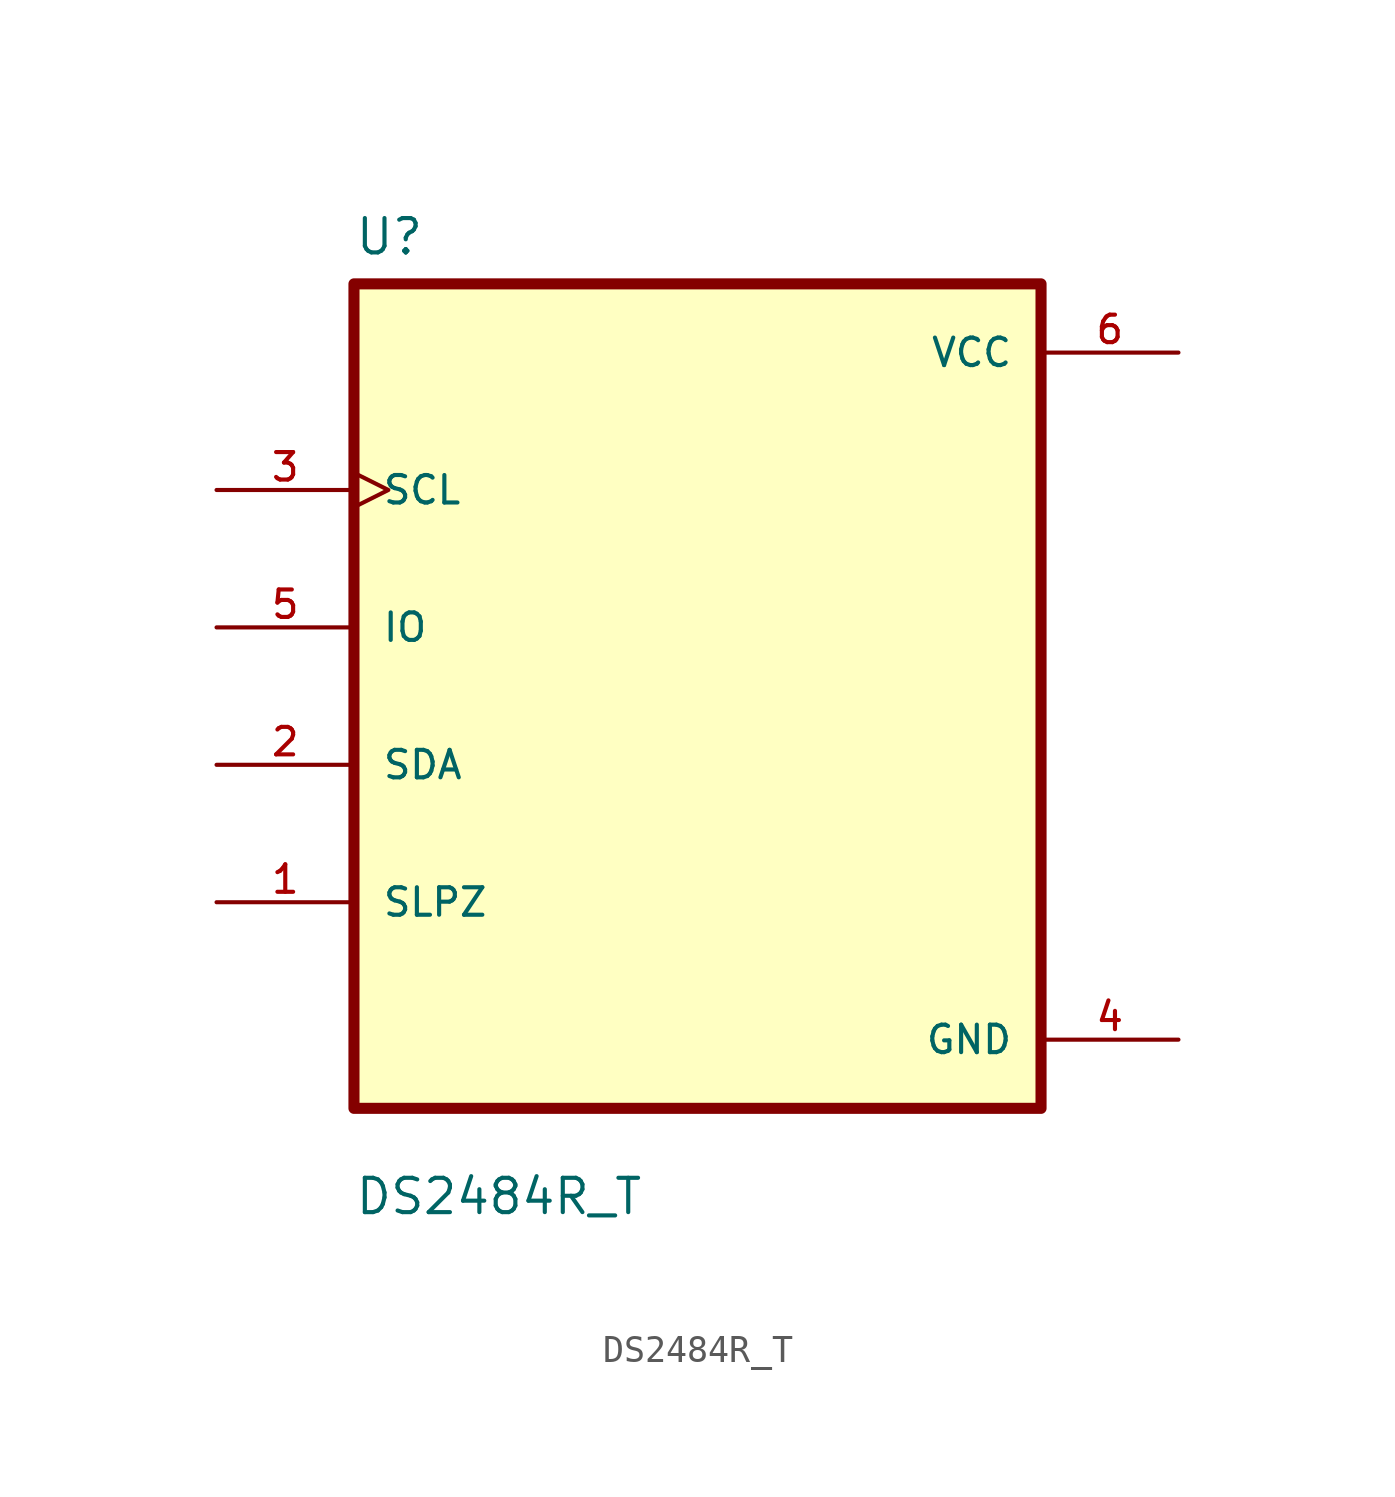
<source format=kicad_sym>
(kicad_symbol_lib
  (version 20241209)
  (generator "kicad_symbol_editor")
  (generator_version "9.0")
  (symbol "DS2484R_T"
    (pin_names
      (offset 1.016))
    (property "Reference" "U"
      (at -12.7 16.24 0)
      (effects (font (size 1.27 1.27)) (justify left bottom)))
    (property "Value" "DS2484R_T"
      (at -12.7 -19.24 0)
      (effects (font (size 1.27 1.27)) (justify left bottom)))
    (symbol "DS2484R_T_0_0"
      (rectangle (start -12.7 -15.24) (end 12.7 15.24) (stroke (width 0.41) (type default)) (fill (type background)))
      (pin input clock (at -17.78 7.62 0) (length 5.08) (name "SCL" (effects (font (size 1.016 1.016)))) (number "3" (effects (font (size 1.016 1.016)))))
      (pin bidirectional line (at -17.78 2.54 0) (length 5.08) (name "IO" (effects (font (size 1.016 1.016)))) (number "5" (effects (font (size 1.016 1.016)))))
      (pin bidirectional line (at -17.78 -2.54 0) (length 5.08) (name "SDA" (effects (font (size 1.016 1.016)))) (number "2" (effects (font (size 1.016 1.016)))))
      (pin bidirectional line (at -17.78 -7.62 0) (length 5.08) (name "SLPZ" (effects (font (size 1.016 1.016)))) (number "1" (effects (font (size 1.016 1.016)))))
      (pin power_in line (at 17.78 12.7 180) (length 5.08) (name "VCC" (effects (font (size 1.016 1.016)))) (number "6" (effects (font (size 1.016 1.016)))))
      (pin power_in line (at 17.78 -12.7 180) (length 5.08) (name "GND" (effects (font (size 1.016 1.016)))) (number "4" (effects (font (size 1.016 1.016))))))))
</source>
